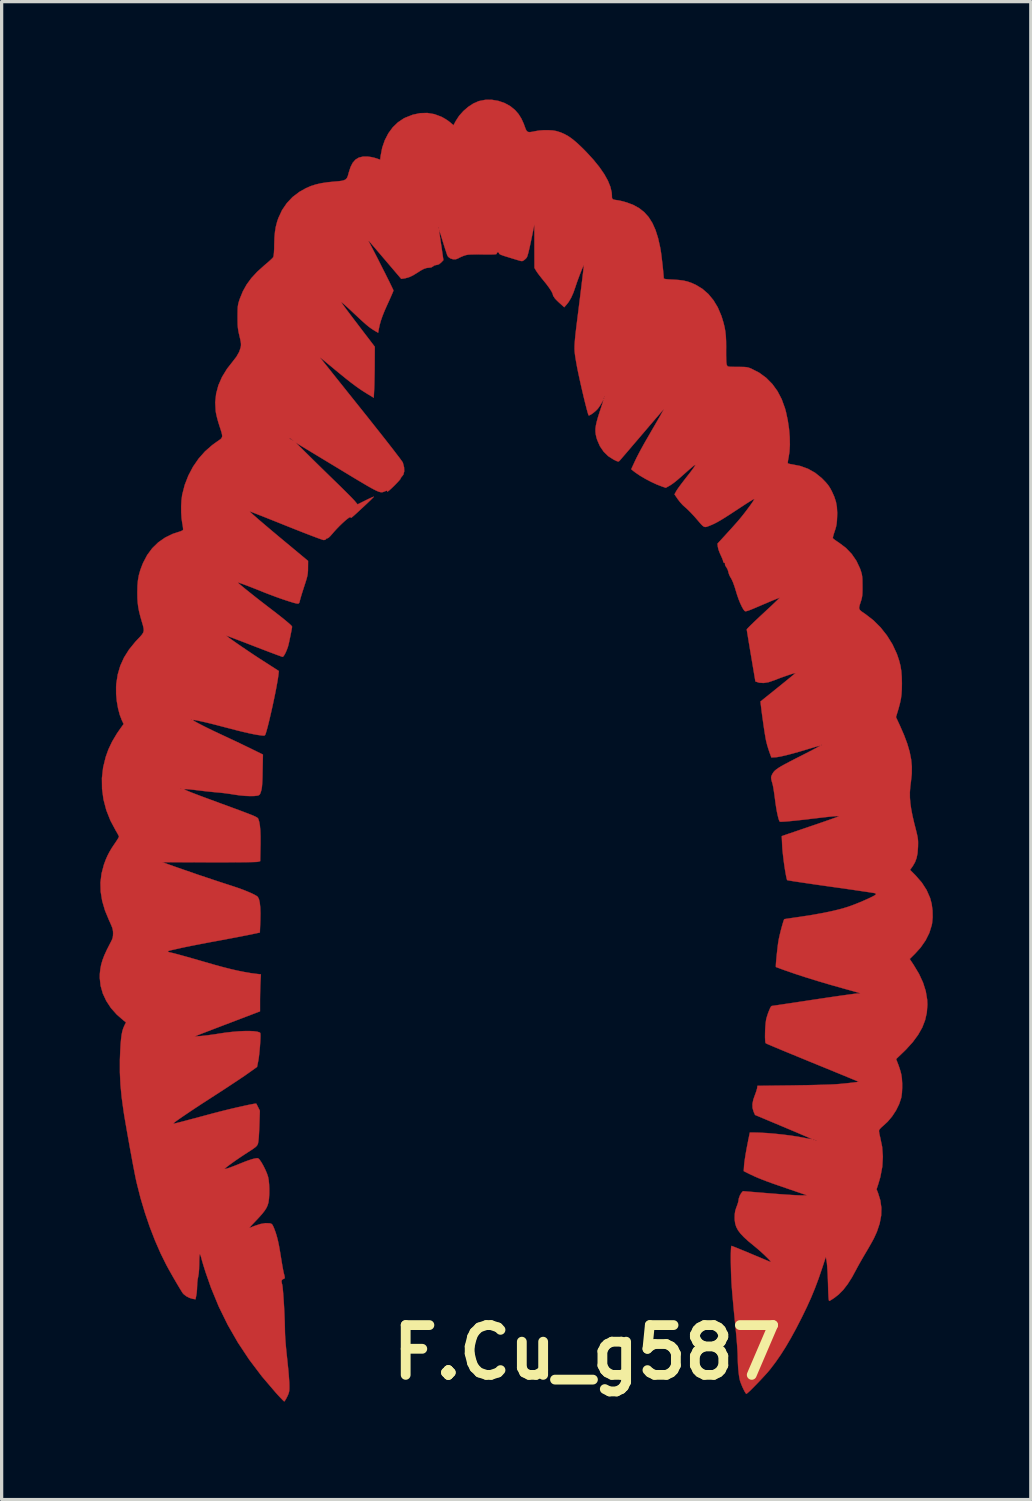
<source format=kicad_pcb>
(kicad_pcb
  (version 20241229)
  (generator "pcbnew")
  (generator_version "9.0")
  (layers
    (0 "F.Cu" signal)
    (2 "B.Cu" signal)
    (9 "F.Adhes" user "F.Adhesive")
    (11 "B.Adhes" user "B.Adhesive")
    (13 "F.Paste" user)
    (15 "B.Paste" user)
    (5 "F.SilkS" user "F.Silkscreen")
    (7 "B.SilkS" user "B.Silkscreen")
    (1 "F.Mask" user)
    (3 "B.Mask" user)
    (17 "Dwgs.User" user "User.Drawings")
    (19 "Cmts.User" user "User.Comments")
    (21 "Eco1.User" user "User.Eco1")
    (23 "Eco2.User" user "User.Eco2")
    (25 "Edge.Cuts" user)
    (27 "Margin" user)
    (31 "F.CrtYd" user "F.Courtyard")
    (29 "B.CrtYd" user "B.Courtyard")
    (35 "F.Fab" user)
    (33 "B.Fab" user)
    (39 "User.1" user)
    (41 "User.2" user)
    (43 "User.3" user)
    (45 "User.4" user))
  (footprint "F.Cu_g587"
    (layer "F.Cu")
    (at 14.923 38.356)
    (property "Reference" "F.Cu_g587" (at 0 0 0) (layer "F.SilkS") (effects (font (size 1.524 1.524) (thickness 0.3))))
    (attr through_hole)
    (fp_poly (pts (xy -2.716 -38.317) (xy -2.523 -38.251) (xy -2.347 -38.154) (xy -2.204 -38.037) (xy -2.097 -37.915) (xy -2.01 -37.776) (xy -1.935 -37.611) (xy -1.906 -37.529) (xy -1.875 -37.447) (xy -1.845 -37.394) (xy -1.806 -37.366) (xy -1.75 -37.36) (xy -1.667 -37.372) (xy -1.588 -37.389) (xy -1.465 -37.409) (xy -1.325 -37.42) (xy -1.18 -37.42) (xy -1.046 -37.412) (xy -0.938 -37.393) (xy -0.936 -37.392) (xy -0.807 -37.352) (xy -0.686 -37.299) (xy -0.565 -37.231) (xy -0.441 -37.143) (xy -0.308 -37.031) (xy -0.16 -36.892) (xy -0.02 -36.751) (xy 0.196 -36.516) (xy 0.379 -36.29) (xy 0.527 -36.075) (xy 0.64 -35.872) (xy 0.716 -35.684) (xy 0.756 -35.51) (xy 0.762 -35.422) (xy 0.763 -35.362) (xy 0.772 -35.325) (xy 0.796 -35.302) (xy 0.845 -35.288) (xy 0.925 -35.276) (xy 0.942 -35.274) (xy 1.015 -35.26) (xy 1.108 -35.238) (xy 1.205 -35.21) (xy 1.217 -35.207) (xy 1.422 -35.129) (xy 1.601 -35.029) (xy 1.756 -34.906) (xy 1.889 -34.756) (xy 2.002 -34.576) (xy 2.097 -34.364) (xy 2.175 -34.118) (xy 2.239 -33.834) (xy 2.254 -33.75) (xy 2.265 -33.679) (xy 2.278 -33.58) (xy 2.292 -33.463) (xy 2.307 -33.336) (xy 2.321 -33.209) (xy 2.333 -33.09) (xy 2.342 -32.989) (xy 2.348 -32.914) (xy 2.349 -32.882) (xy 2.365 -32.87) (xy 2.412 -32.86) (xy 2.496 -32.852) (xy 2.618 -32.845) (xy 2.63 -32.845) (xy 2.803 -32.834) (xy 2.946 -32.816) (xy 3.073 -32.787) (xy 3.196 -32.745) (xy 3.327 -32.686) (xy 3.334 -32.683) (xy 3.533 -32.562) (xy 3.713 -32.405) (xy 3.87 -32.216) (xy 4.003 -31.996) (xy 4.109 -31.748) (xy 4.134 -31.673) (xy 4.179 -31.524) (xy 4.212 -31.389) (xy 4.235 -31.258) (xy 4.25 -31.119) (xy 4.258 -30.964) (xy 4.26 -30.78) (xy 4.259 -30.702) (xy 4.259 -30.538) (xy 4.261 -30.412) (xy 4.265 -30.321) (xy 4.272 -30.26) (xy 4.282 -30.226) (xy 4.294 -30.205) (xy 4.309 -30.191) (xy 4.335 -30.181) (xy 4.379 -30.176) (xy 4.448 -30.174) (xy 4.548 -30.173) (xy 4.604 -30.173) (xy 4.726 -30.172) (xy 4.814 -30.17) (xy 4.881 -30.164) (xy 4.935 -30.153) (xy 4.986 -30.136) (xy 5.033 -30.117) (xy 5.273 -29.994) (xy 5.486 -29.838) (xy 5.672 -29.65) (xy 5.831 -29.431) (xy 5.961 -29.182) (xy 6.062 -28.903) (xy 6.093 -28.787) (xy 6.147 -28.532) (xy 6.185 -28.275) (xy 6.206 -28.023) (xy 6.211 -27.785) (xy 6.198 -27.57) (xy 6.172 -27.405) (xy 6.157 -27.326) (xy 6.148 -27.262) (xy 6.147 -27.225) (xy 6.148 -27.222) (xy 6.174 -27.209) (xy 6.228 -27.196) (xy 6.271 -27.189) (xy 6.531 -27.138) (xy 6.768 -27.052) (xy 6.984 -26.93) (xy 7.182 -26.771) (xy 7.219 -26.734) (xy 7.311 -26.639) (xy 7.38 -26.557) (xy 7.436 -26.474) (xy 7.489 -26.377) (xy 7.498 -26.359) (xy 7.572 -26.194) (xy 7.622 -26.04) (xy 7.65 -25.882) (xy 7.66 -25.706) (xy 7.657 -25.584) (xy 7.651 -25.459) (xy 7.641 -25.363) (xy 7.625 -25.279) (xy 7.6 -25.193) (xy 7.582 -25.139) (xy 7.554 -25.055) (xy 7.535 -24.985) (xy 7.526 -24.939) (xy 7.527 -24.928) (xy 7.548 -24.906) (xy 7.597 -24.869) (xy 7.666 -24.821) (xy 7.719 -24.786) (xy 7.928 -24.628) (xy 8.105 -24.443) (xy 8.249 -24.233) (xy 8.358 -24.001) (xy 8.376 -23.95) (xy 8.399 -23.879) (xy 8.415 -23.816) (xy 8.425 -23.751) (xy 8.431 -23.673) (xy 8.433 -23.572) (xy 8.434 -23.463) (xy 8.434 -23.336) (xy 8.431 -23.241) (xy 8.426 -23.167) (xy 8.415 -23.103) (xy 8.399 -23.038) (xy 8.375 -22.963) (xy 8.374 -22.96) (xy 8.346 -22.874) (xy 8.332 -22.812) (xy 8.334 -22.766) (xy 8.358 -22.726) (xy 8.407 -22.683) (xy 8.485 -22.629) (xy 8.527 -22.601) (xy 8.768 -22.414) (xy 8.989 -22.194) (xy 9.184 -21.947) (xy 9.351 -21.679) (xy 9.482 -21.397) (xy 9.502 -21.343) (xy 9.557 -21.178) (xy 9.597 -21.022) (xy 9.622 -20.863) (xy 9.636 -20.688) (xy 9.641 -20.485) (xy 9.641 -20.479) (xy 9.638 -20.303) (xy 9.629 -20.154) (xy 9.612 -20.018) (xy 9.583 -19.879) (xy 9.542 -19.724) (xy 9.513 -19.626) (xy 9.459 -19.45) (xy 9.579 -19.192) (xy 9.706 -18.902) (xy 9.805 -18.637) (xy 9.877 -18.392) (xy 9.923 -18.16) (xy 9.945 -17.936) (xy 9.943 -17.714) (xy 9.919 -17.488) (xy 9.919 -17.485) (xy 9.897 -17.313) (xy 9.885 -17.15) (xy 9.886 -16.988) (xy 9.899 -16.819) (xy 9.925 -16.637) (xy 9.964 -16.434) (xy 10.018 -16.201) (xy 10.045 -16.097) (xy 10.079 -15.961) (xy 10.104 -15.857) (xy 10.121 -15.775) (xy 10.131 -15.705) (xy 10.136 -15.639) (xy 10.136 -15.567) (xy 10.134 -15.478) (xy 10.133 -15.462) (xy 10.12 -15.285) (xy 10.091 -15.138) (xy 10.044 -15.01) (xy 9.975 -14.89) (xy 9.952 -14.857) (xy 9.89 -14.773) (xy 10.063 -14.599) (xy 10.25 -14.384) (xy 10.397 -14.156) (xy 10.504 -13.913) (xy 10.505 -13.911) (xy 10.553 -13.729) (xy 10.579 -13.527) (xy 10.583 -13.321) (xy 10.564 -13.127) (xy 10.553 -13.075) (xy 10.48 -12.841) (xy 10.366 -12.613) (xy 10.213 -12.393) (xy 10.048 -12.211) (xy 9.88 -12.044) (xy 10.001 -11.861) (xy 10.165 -11.588) (xy 10.288 -11.322) (xy 10.371 -11.061) (xy 10.414 -10.802) (xy 10.421 -10.647) (xy 10.404 -10.406) (xy 10.352 -10.173) (xy 10.264 -9.946) (xy 10.137 -9.722) (xy 9.972 -9.498) (xy 9.767 -9.272) (xy 9.685 -9.192) (xy 9.464 -8.98) (xy 9.528 -8.815) (xy 9.564 -8.714) (xy 9.597 -8.607) (xy 9.621 -8.515) (xy 9.622 -8.51) (xy 9.64 -8.389) (xy 9.649 -8.243) (xy 9.649 -8.09) (xy 9.642 -7.943) (xy 9.625 -7.818) (xy 9.619 -7.79) (xy 9.557 -7.602) (xy 9.463 -7.411) (xy 9.343 -7.227) (xy 9.205 -7.063) (xy 9.074 -6.943) (xy 9.013 -6.889) (xy 8.965 -6.839) (xy 8.942 -6.803) (xy 8.942 -6.802) (xy 8.941 -6.76) (xy 8.951 -6.692) (xy 8.969 -6.611) (xy 8.972 -6.601) (xy 9.035 -6.297) (xy 9.058 -5.992) (xy 9.04 -5.683) (xy 8.981 -5.369) (xy 8.919 -5.158) (xy 8.865 -4.993) (xy 8.909 -4.883) (xy 8.98 -4.655) (xy 9.013 -4.424) (xy 9.006 -4.188) (xy 8.96 -3.945) (xy 8.875 -3.691) (xy 8.784 -3.492) (xy 8.75 -3.428) (xy 8.699 -3.336) (xy 8.637 -3.227) (xy 8.569 -3.11) (xy 8.519 -3.026) (xy 8.449 -2.907) (xy 8.381 -2.789) (xy 8.32 -2.68) (xy 8.271 -2.591) (xy 8.247 -2.546) (xy 8.113 -2.298) (xy 7.98 -2.089) (xy 7.846 -1.915) (xy 7.707 -1.774) (xy 7.573 -1.669) (xy 7.508 -1.626) (xy 7.454 -1.592) (xy 7.422 -1.575) (xy 7.413 -1.578) (xy 7.405 -1.597) (xy 7.399 -1.637) (xy 7.394 -1.702) (xy 7.389 -1.796) (xy 7.384 -1.924) (xy 7.38 -2.089) (xy 7.375 -2.244) (xy 7.369 -2.395) (xy 7.361 -2.532) (xy 7.353 -2.648) (xy 7.345 -2.735) (xy 7.34 -2.77) (xy 7.313 -2.926) (xy 7.199 -2.579) (xy 7.09 -2.259) (xy 6.979 -1.963) (xy 6.86 -1.674) (xy 6.727 -1.381) (xy 6.575 -1.068) (xy 6.57 -1.058) (xy 6.4 -0.727) (xy 6.238 -0.431) (xy 6.082 -0.164) (xy 5.928 0.078) (xy 5.772 0.302) (xy 5.615 0.509) (xy 5.557 0.579) (xy 5.483 0.663) (xy 5.397 0.757) (xy 5.305 0.856) (xy 5.211 0.954) (xy 5.12 1.047) (xy 5.037 1.131) (xy 4.967 1.198) (xy 4.913 1.246) (xy 4.883 1.269) (xy 4.879 1.27) (xy 4.859 1.252) (xy 4.829 1.203) (xy 4.793 1.133) (xy 4.755 1.052) (xy 4.72 0.967) (xy 4.691 0.889) (xy 4.681 0.855) (xy 4.661 0.761) (xy 4.644 0.634) (xy 4.629 0.485) (xy 4.62 0.325) (xy 4.615 0.163) (xy 4.615 0.125) (xy 4.612 0.043) (xy 4.606 -0.073) (xy 4.596 -0.217) (xy 4.583 -0.382) (xy 4.567 -0.559) (xy 4.55 -0.741) (xy 4.541 -0.832) (xy 4.521 -1.026) (xy 4.501 -1.229) (xy 4.482 -1.432) (xy 4.465 -1.624) (xy 4.449 -1.796) (xy 4.438 -1.939) (xy 4.435 -1.973) (xy 4.425 -2.119) (xy 4.417 -2.276) (xy 4.411 -2.438) (xy 4.407 -2.599) (xy 4.404 -2.755) (xy 4.403 -2.899) (xy 4.404 -3.026) (xy 4.407 -3.131) (xy 4.412 -3.208) (xy 4.419 -3.252) (xy 4.424 -3.26) (xy 4.448 -3.252) (xy 4.506 -3.229) (xy 4.593 -3.195) (xy 4.702 -3.15) (xy 4.83 -3.098) (xy 4.969 -3.04) (xy 5.113 -2.979) (xy 5.248 -2.923) (xy 5.369 -2.872) (xy 5.468 -2.83) (xy 5.54 -2.8) (xy 5.577 -2.785) (xy 5.614 -2.771) (xy 5.631 -2.767) (xy 5.628 -2.779) (xy 5.601 -2.811) (xy 5.549 -2.866) (xy 5.503 -2.912) (xy 5.425 -2.988) (xy 5.325 -3.08) (xy 5.216 -3.175) (xy 5.11 -3.263) (xy 5.101 -3.27) (xy 4.935 -3.407) (xy 4.803 -3.528) (xy 4.7 -3.637) (xy 4.624 -3.738) (xy 4.571 -3.837) (xy 4.539 -3.938) (xy 4.523 -4.047) (xy 4.521 -4.128) (xy 4.525 -4.24) (xy 4.539 -4.331) (xy 4.567 -4.421) (xy 4.579 -4.453) (xy 4.607 -4.529) (xy 4.627 -4.593) (xy 4.636 -4.631) (xy 4.636 -4.633) (xy 4.648 -4.712) (xy 4.679 -4.799) (xy 4.719 -4.871) (xy 4.727 -4.88) (xy 4.774 -4.935) (xy 5.561 -4.87) (xy 5.749 -4.855) (xy 5.932 -4.841) (xy 6.103 -4.829) (xy 6.257 -4.819) (xy 6.387 -4.812) (xy 6.486 -4.807) (xy 6.545 -4.806) (xy 6.742 -4.807) (xy 6.107 -5.025) (xy 5.874 -5.105) (xy 5.676 -5.174) (xy 5.508 -5.235) (xy 5.365 -5.29) (xy 5.24 -5.34) (xy 5.129 -5.388) (xy 5.026 -5.436) (xy 4.948 -5.474) (xy 4.799 -5.549) (xy 4.81 -5.731) (xy 4.818 -5.811) (xy 4.834 -5.922) (xy 4.854 -6.053) (xy 4.879 -6.194) (xy 4.903 -6.322) (xy 4.937 -6.491) (xy 6.992 -6.491) (xy 6.995 -6.479) (xy 7.006 -6.477) (xy 7.024 -6.485) (xy 7.02 -6.491) (xy 6.995 -6.494) (xy 6.992 -6.491) (xy 4.937 -6.491) (xy 4.941 -6.512) (xy 6.929 -6.512) (xy 6.931 -6.5) (xy 6.943 -6.498) (xy 6.96 -6.506) (xy 6.957 -6.512) (xy 6.932 -6.515) (xy 6.929 -6.512) (xy 4.941 -6.512) (xy 4.985 -6.731) (xy 5.091 -6.731) (xy 5.284 -6.726) (xy 5.507 -6.714) (xy 5.747 -6.694) (xy 5.993 -6.668) (xy 6.233 -6.638) (xy 6.455 -6.604) (xy 6.634 -6.571) (xy 6.731 -6.552) (xy 6.812 -6.537) (xy 6.869 -6.528) (xy 6.893 -6.526) (xy 6.893 -6.526) (xy 6.875 -6.535) (xy 6.823 -6.559) (xy 6.739 -6.596) (xy 6.627 -6.644) (xy 6.492 -6.702) (xy 6.337 -6.768) (xy 6.166 -6.84) (xy 6.022 -6.901) (xy 5.145 -7.269) (xy 5.099 -7.375) (xy 5.068 -7.484) (xy 5.065 -7.603) (xy 5.092 -7.739) (xy 5.14 -7.875) (xy 5.171 -7.959) (xy 5.196 -8.036) (xy 5.21 -8.091) (xy 5.211 -8.098) (xy 5.218 -8.16) (xy 6.287 -8.173) (xy 6.507 -8.177) (xy 6.725 -8.18) (xy 6.934 -8.185) (xy 7.129 -8.19) (xy 7.303 -8.195) (xy 7.452 -8.2) (xy 7.571 -8.206) (xy 7.652 -8.211) (xy 7.785 -8.222) (xy 7.915 -8.235) (xy 8.038 -8.248) (xy 8.145 -8.26) (xy 8.231 -8.271) (xy 8.29 -8.28) (xy 8.314 -8.287) (xy 8.314 -8.288) (xy 8.294 -8.297) (xy 8.237 -8.32) (xy 8.148 -8.357) (xy 8.029 -8.406) (xy 7.884 -8.466) (xy 7.714 -8.536) (xy 7.524 -8.614) (xy 7.317 -8.699) (xy 7.096 -8.789) (xy 6.9 -8.869) (xy 6.669 -8.964) (xy 6.448 -9.055) (xy 6.242 -9.14) (xy 6.054 -9.217) (xy 5.886 -9.287) (xy 5.743 -9.347) (xy 5.627 -9.396) (xy 5.54 -9.433) (xy 5.488 -9.457) (xy 5.472 -9.465) (xy 5.461 -9.496) (xy 5.455 -9.561) (xy 5.451 -9.651) (xy 5.452 -9.758) (xy 5.455 -9.872) (xy 5.462 -9.985) (xy 5.471 -10.09) (xy 5.483 -10.176) (xy 5.49 -10.212) (xy 5.514 -10.295) (xy 5.543 -10.384) (xy 5.576 -10.468) (xy 5.607 -10.539) (xy 5.634 -10.588) (xy 5.651 -10.604) (xy 5.674 -10.608) (xy 5.736 -10.617) (xy 5.832 -10.631) (xy 5.958 -10.65) (xy 6.112 -10.673) (xy 6.289 -10.699) (xy 6.486 -10.729) (xy 6.699 -10.761) (xy 6.921 -10.795) (xy 7.15 -10.829) (xy 7.369 -10.862) (xy 7.574 -10.892) (xy 7.761 -10.919) (xy 7.926 -10.942) (xy 8.065 -10.961) (xy 8.174 -10.976) (xy 8.249 -10.985) (xy 8.285 -10.988) (xy 8.32 -10.988) (xy 8.347 -10.989) (xy 8.362 -10.991) (xy 8.36 -10.995) (xy 8.338 -11.004) (xy 8.292 -11.018) (xy 8.219 -11.039) (xy 8.115 -11.068) (xy 7.976 -11.107) (xy 7.874 -11.135) (xy 7.46 -11.252) (xy 7.068 -11.368) (xy 6.702 -11.481) (xy 6.368 -11.59) (xy 6.071 -11.693) (xy 6.022 -11.71) (xy 5.93 -11.744) (xy 5.855 -11.772) (xy 5.803 -11.791) (xy 5.784 -11.799) (xy 5.782 -11.823) (xy 5.784 -11.881) (xy 5.79 -11.965) (xy 5.8 -12.069) (xy 5.811 -12.184) (xy 5.824 -12.302) (xy 5.837 -12.417) (xy 5.85 -12.519) (xy 5.863 -12.602) (xy 5.864 -12.607) (xy 5.879 -12.686) (xy 5.901 -12.783) (xy 5.927 -12.889) (xy 5.955 -12.997) (xy 5.983 -13.096) (xy 6.008 -13.18) (xy 6.028 -13.239) (xy 6.04 -13.264) (xy 6.061 -13.267) (xy 6.118 -13.276) (xy 6.204 -13.289) (xy 6.315 -13.305) (xy 6.443 -13.324) (xy 6.509 -13.333) (xy 6.897 -13.393) (xy 7.244 -13.456) (xy 7.551 -13.521) (xy 7.817 -13.588) (xy 7.993 -13.642) (xy 8.098 -13.679) (xy 8.216 -13.724) (xy 8.34 -13.774) (xy 8.463 -13.826) (xy 8.58 -13.878) (xy 8.683 -13.926) (xy 8.766 -13.968) (xy 8.823 -14.001) (xy 8.847 -14.022) (xy 8.847 -14.022) (xy 8.837 -14.048) (xy 8.824 -14.057) (xy 8.798 -14.063) (xy 8.735 -14.073) (xy 8.636 -14.089) (xy 8.506 -14.108) (xy 8.349 -14.131) (xy 8.169 -14.158) (xy 7.968 -14.187) (xy 7.751 -14.218) (xy 7.521 -14.25) (xy 7.472 -14.257) (xy 7.24 -14.29) (xy 7.02 -14.321) (xy 6.817 -14.351) (xy 6.633 -14.378) (xy 6.472 -14.402) (xy 6.338 -14.422) (xy 6.234 -14.439) (xy 6.164 -14.451) (xy 6.132 -14.458) (xy 6.13 -14.459) (xy 6.118 -14.487) (xy 6.103 -14.552) (xy 6.085 -14.644) (xy 6.065 -14.758) (xy 6.045 -14.887) (xy 6.026 -15.024) (xy 6.009 -15.162) (xy 5.994 -15.294) (xy 5.982 -15.413) (xy 5.976 -15.513) (xy 5.976 -15.517) (xy 5.963 -15.805) (xy 6.035 -15.831) (xy 6.071 -15.843) (xy 6.142 -15.868) (xy 6.244 -15.902) (xy 6.37 -15.945) (xy 6.516 -15.995) (xy 6.678 -16.05) (xy 6.847 -16.108) (xy 7.019 -16.166) (xy 7.181 -16.222) (xy 7.327 -16.273) (xy 7.454 -16.317) (xy 7.555 -16.353) (xy 7.627 -16.379) (xy 7.662 -16.393) (xy 7.697 -16.409) (xy 7.709 -16.418) (xy 7.691 -16.421) (xy 7.641 -16.419) (xy 7.567 -16.414) (xy 7.497 -16.408) (xy 7.393 -16.397) (xy 7.264 -16.383) (xy 7.119 -16.366) (xy 6.966 -16.348) (xy 6.887 -16.339) (xy 6.703 -16.316) (xy 6.527 -16.297) (xy 6.363 -16.279) (xy 6.216 -16.265) (xy 6.092 -16.254) (xy 5.995 -16.248) (xy 5.93 -16.246) (xy 5.904 -16.248) (xy 5.886 -16.276) (xy 5.864 -16.339) (xy 5.841 -16.431) (xy 5.816 -16.546) (xy 5.793 -16.676) (xy 5.772 -16.815) (xy 5.758 -16.923) (xy 5.741 -17.052) (xy 5.723 -17.175) (xy 5.706 -17.283) (xy 5.69 -17.365) (xy 5.682 -17.399) (xy 5.655 -17.492) (xy 5.641 -17.556) (xy 5.637 -17.6) (xy 5.643 -17.637) (xy 5.659 -17.676) (xy 5.664 -17.686) (xy 5.687 -17.73) (xy 5.716 -17.771) (xy 5.752 -17.811) (xy 5.802 -17.852) (xy 5.868 -17.898) (xy 5.954 -17.95) (xy 6.064 -18.011) (xy 6.202 -18.084) (xy 6.372 -18.172) (xy 6.497 -18.235) (xy 6.65 -18.313) (xy 6.79 -18.385) (xy 6.913 -18.449) (xy 7.014 -18.502) (xy 7.089 -18.543) (xy 7.135 -18.569) (xy 7.147 -18.577) (xy 7.125 -18.574) (xy 7.07 -18.56) (xy 6.987 -18.537) (xy 6.884 -18.507) (xy 6.782 -18.476) (xy 6.521 -18.398) (xy 6.294 -18.334) (xy 6.102 -18.284) (xy 5.945 -18.248) (xy 5.825 -18.226) (xy 5.77 -18.221) (xy 5.645 -18.214) (xy 5.583 -18.383) (xy 5.547 -18.492) (xy 5.517 -18.595) (xy 7.176 -18.595) (xy 7.186 -18.584) (xy 7.197 -18.595) (xy 7.186 -18.605) (xy 7.176 -18.595) (xy 5.517 -18.595) (xy 5.511 -18.616) (xy 5.482 -18.729) (xy 5.482 -18.733) (xy 5.468 -18.805) (xy 5.45 -18.911) (xy 5.429 -19.043) (xy 5.407 -19.191) (xy 5.385 -19.347) (xy 5.363 -19.504) (xy 5.344 -19.651) (xy 5.328 -19.782) (xy 5.321 -19.844) (xy 5.312 -19.928) (xy 5.851 -20.362) (xy 5.98 -20.466) (xy 6.098 -20.562) (xy 6.201 -20.646) (xy 6.284 -20.714) (xy 6.345 -20.765) (xy 6.378 -20.795) (xy 6.384 -20.801) (xy 6.362 -20.798) (xy 6.307 -20.783) (xy 6.229 -20.758) (xy 6.134 -20.726) (xy 6.031 -20.69) (xy 5.926 -20.653) (xy 5.829 -20.616) (xy 5.746 -20.584) (xy 5.738 -20.58) (xy 5.562 -20.52) (xy 5.409 -20.495) (xy 5.278 -20.503) (xy 5.239 -20.514) (xy 5.156 -20.542) (xy 5.024 -21.325) (xy 4.994 -21.503) (xy 4.967 -21.667) (xy 4.942 -21.815) (xy 4.922 -21.94) (xy 4.906 -22.037) (xy 4.895 -22.103) (xy 4.891 -22.133) (xy 4.891 -22.134) (xy 4.906 -22.154) (xy 4.948 -22.198) (xy 5.014 -22.265) (xy 5.101 -22.349) (xy 5.204 -22.447) (xy 5.32 -22.556) (xy 5.398 -22.628) (xy 5.52 -22.742) (xy 5.632 -22.845) (xy 5.728 -22.936) (xy 5.806 -23.011) (xy 5.863 -23.066) (xy 5.894 -23.099) (xy 5.9 -23.106) (xy 5.879 -23.1) (xy 5.825 -23.079) (xy 5.742 -23.046) (xy 5.635 -23.002) (xy 5.511 -22.949) (xy 5.376 -22.892) (xy 5.22 -22.825) (xy 5.099 -22.774) (xy 5.007 -22.736) (xy 4.939 -22.711) (xy 4.892 -22.697) (xy 4.861 -22.691) (xy 4.84 -22.693) (xy 4.826 -22.701) (xy 4.824 -22.703) (xy 4.785 -22.753) (xy 4.74 -22.834) (xy 4.69 -22.94) (xy 4.641 -23.062) (xy 4.596 -23.191) (xy 4.573 -23.267) (xy 4.52 -23.44) (xy 4.471 -23.576) (xy 4.424 -23.679) (xy 4.384 -23.746) (xy 4.355 -23.804) (xy 4.332 -23.876) (xy 4.329 -23.893) (xy 4.307 -23.966) (xy 4.271 -24.033) (xy 4.263 -24.044) (xy 4.23 -24.096) (xy 4.224 -24.137) (xy 4.225 -24.139) (xy 4.223 -24.167) (xy 4.204 -24.172) (xy 4.176 -24.19) (xy 4.17 -24.215) (xy 4.161 -24.254) (xy 4.136 -24.317) (xy 4.102 -24.393) (xy 4.095 -24.408) (xy 4.056 -24.495) (xy 4.024 -24.584) (xy 4.008 -24.656) (xy 4.007 -24.659) (xy 3.995 -24.76) (xy 4.216 -25.001) (xy 4.31 -25.104) (xy 4.411 -25.215) (xy 4.507 -25.322) (xy 4.587 -25.412) (xy 4.598 -25.424) (xy 4.671 -25.51) (xy 4.75 -25.607) (xy 4.832 -25.711) (xy 4.911 -25.815) (xy 4.984 -25.913) (xy 5.046 -26) (xy 5.092 -26.069) (xy 5.118 -26.115) (xy 5.122 -26.129) (xy 5.107 -26.125) (xy 5.06 -26.099) (xy 4.981 -26.051) (xy 4.868 -25.98) (xy 4.723 -25.885) (xy 4.546 -25.769) (xy 4.369 -25.653) (xy 4.222 -25.559) (xy 4.1 -25.484) (xy 3.998 -25.425) (xy 3.91 -25.379) (xy 3.831 -25.342) (xy 3.799 -25.329) (xy 3.722 -25.298) (xy 3.665 -25.277) (xy 3.62 -25.27) (xy 3.58 -25.28) (xy 3.538 -25.31) (xy 3.487 -25.362) (xy 3.419 -25.441) (xy 3.358 -25.512) (xy 3.272 -25.61) (xy 3.183 -25.705) (xy 3.1 -25.789) (xy 3.033 -25.852) (xy 3.01 -25.871) (xy 2.93 -25.943) (xy 2.848 -26.034) (xy 2.782 -26.12) (xy 2.679 -26.27) (xy 2.727 -26.36) (xy 2.756 -26.407) (xy 2.805 -26.478) (xy 2.871 -26.568) (xy 2.948 -26.669) (xy 3.015 -26.756) (xy 3.095 -26.858) (xy 3.168 -26.952) (xy 3.228 -27.032) (xy 3.272 -27.092) (xy 3.292 -27.122) (xy 3.315 -27.162) (xy 3.314 -27.173) (xy 3.291 -27.162) (xy 3.289 -27.161) (xy 3.259 -27.139) (xy 3.206 -27.095) (xy 3.134 -27.034) (xy 3.05 -26.96) (xy 3.005 -26.92) (xy 2.88 -26.809) (xy 2.779 -26.721) (xy 2.697 -26.654) (xy 2.629 -26.602) (xy 2.569 -26.561) (xy 2.511 -26.526) (xy 2.502 -26.521) (xy 2.412 -26.471) (xy 2.293 -26.512) (xy 2.135 -26.573) (xy 1.963 -26.653) (xy 1.789 -26.744) (xy 1.626 -26.84) (xy 1.484 -26.936) (xy 1.412 -26.991) (xy 1.354 -27.04) (xy 1.47 -27.291) (xy 1.519 -27.393) (xy 1.585 -27.521) (xy 1.659 -27.66) (xy 1.737 -27.801) (xy 1.796 -27.905) (xy 1.878 -28.046) (xy 1.968 -28.203) (xy 2.06 -28.361) (xy 2.144 -28.506) (xy 2.19 -28.586) (xy 2.248 -28.686) (xy 2.294 -28.77) (xy 2.328 -28.832) (xy 2.345 -28.867) (xy 2.344 -28.871) (xy 2.324 -28.849) (xy 2.28 -28.798) (xy 2.214 -28.721) (xy 2.129 -28.623) (xy 2.028 -28.505) (xy 1.914 -28.372) (xy 1.79 -28.226) (xy 1.672 -28.088) (xy 1.541 -27.934) (xy 1.417 -27.79) (xy 1.304 -27.657) (xy 1.204 -27.54) (xy 1.12 -27.443) (xy 1.056 -27.368) (xy 1.013 -27.318) (xy 0.996 -27.299) (xy 0.976 -27.281) (xy 0.954 -27.276) (xy 0.919 -27.285) (xy 0.862 -27.311) (xy 0.812 -27.336) (xy 0.648 -27.441) (xy 0.508 -27.579) (xy 0.394 -27.747) (xy 0.311 -27.939) (xy 0.287 -28.019) (xy 0.268 -28.106) (xy 0.259 -28.191) (xy 0.259 -28.279) (xy 0.272 -28.378) (xy 0.297 -28.492) (xy 0.335 -28.63) (xy 0.388 -28.797) (xy 0.423 -28.902) (xy 0.454 -28.997) (xy 0.48 -29.077) (xy 0.496 -29.134) (xy 0.502 -29.159) (xy 0.502 -29.16) (xy 0.49 -29.145) (xy 0.465 -29.103) (xy 0.437 -29.051) (xy 0.389 -28.973) (xy 0.334 -28.896) (xy 0.303 -28.861) (xy 0.245 -28.807) (xy 0.182 -28.756) (xy 0.122 -28.715) (xy 0.075 -28.69) (xy 0.051 -28.687) (xy 0.05 -28.687) (xy 0.039 -28.714) (xy 0.02 -28.777) (xy -0.006 -28.87) (xy -0.036 -28.988) (xy -0.071 -29.126) (xy -0.091 -29.21) (xy 0.508 -29.21) (xy 0.516 -29.193) (xy 0.522 -29.196) (xy 0.525 -29.221) (xy 0.522 -29.224) (xy 0.51 -29.221) (xy 0.508 -29.21) (xy -0.091 -29.21) (xy -0.104 -29.263) (xy 0.529 -29.263) (xy 0.54 -29.252) (xy 0.55 -29.263) (xy 0.54 -29.273) (xy 0.529 -29.263) (xy -0.104 -29.263) (xy -0.107 -29.277) (xy -0.145 -29.437) (xy -0.182 -29.599) (xy -0.218 -29.759) (xy -0.251 -29.911) (xy -0.28 -30.048) (xy -0.304 -30.167) (xy -0.316 -30.235) (xy -0.335 -30.34) (xy -0.35 -30.43) (xy -0.363 -30.51) (xy -0.372 -30.584) (xy -0.379 -30.657) (xy -0.382 -30.731) (xy -0.381 -30.813) (xy -0.376 -30.905) (xy -0.368 -31.011) (xy -0.356 -31.137) (xy -0.339 -31.287) (xy -0.318 -31.463) (xy -0.292 -31.672) (xy -0.261 -31.916) (xy -0.245 -32.046) (xy -0.217 -32.27) (xy -0.191 -32.481) (xy -0.167 -32.676) (xy -0.146 -32.85) (xy -0.128 -33.001) (xy -0.113 -33.124) (xy -0.103 -33.215) (xy -0.096 -33.272) (xy -0.095 -33.29) (xy -0.105 -33.276) (xy -0.127 -33.23) (xy -0.158 -33.158) (xy -0.194 -33.068) (xy -0.233 -32.967) (xy -0.272 -32.862) (xy -0.309 -32.76) (xy -0.34 -32.669) (xy -0.349 -32.64) (xy -0.416 -32.447) (xy -0.486 -32.29) (xy -0.561 -32.163) (xy -0.625 -32.081) (xy -0.697 -31.999) (xy -0.856 -32.142) (xy -0.921 -32.204) (xy -0.971 -32.256) (xy -1 -32.292) (xy -1.004 -32.303) (xy -1.008 -32.32) (xy -1.015 -32.322) (xy -1.035 -32.339) (xy -1.037 -32.354) (xy -1.052 -32.412) (xy -1.094 -32.496) (xy -1.162 -32.599) (xy -1.251 -32.719) (xy -1.32 -32.803) (xy -1.393 -32.893) (xy -1.461 -32.98) (xy -1.517 -33.056) (xy -1.553 -33.109) (xy -1.554 -33.111) (xy -1.609 -33.204) (xy -1.611 -33.869) (xy -1.612 -34.533) (xy -1.683 -34.184) (xy -1.726 -33.977) (xy -1.763 -33.81) (xy -1.793 -33.682) (xy -1.818 -33.591) (xy -1.838 -33.535) (xy -1.843 -33.526) (xy -1.873 -33.488) (xy -1.921 -33.447) (xy -1.924 -33.445) (xy -1.958 -33.422) (xy -1.987 -33.412) (xy -2.025 -33.415) (xy -2.083 -33.431) (xy -2.12 -33.442) (xy -2.286 -33.492) (xy -2.415 -33.532) (xy -2.513 -33.562) (xy -2.584 -33.586) (xy -2.633 -33.604) (xy -2.664 -33.619) (xy -2.682 -33.631) (xy -2.69 -33.643) (xy -2.694 -33.655) (xy -2.715 -33.686) (xy -2.74 -33.684) (xy -2.765 -33.659) (xy -2.764 -33.641) (xy -2.766 -33.631) (xy -2.784 -33.624) (xy -2.822 -33.619) (xy -2.886 -33.616) (xy -2.98 -33.615) (xy -3.108 -33.615) (xy -3.202 -33.616) (xy -3.354 -33.617) (xy -3.471 -33.616) (xy -3.559 -33.614) (xy -3.626 -33.61) (xy -3.678 -33.602) (xy -3.722 -33.592) (xy -3.766 -33.577) (xy -3.773 -33.575) (xy -3.847 -33.545) (xy -3.911 -33.515) (xy -3.942 -33.497) (xy -4.016 -33.468) (xy -4.101 -33.468) (xy -4.184 -33.494) (xy -4.249 -33.542) (xy -4.271 -33.574) (xy -4.285 -33.609) (xy -4.308 -33.678) (xy -4.339 -33.772) (xy -4.375 -33.885) (xy -4.412 -34.004) (xy -4.448 -34.122) (xy -4.479 -34.222) (xy -4.505 -34.3) (xy -4.522 -34.35) (xy -4.529 -34.364) (xy -4.529 -34.364) (xy -4.526 -34.338) (xy -4.518 -34.276) (xy -4.506 -34.185) (xy -4.49 -34.072) (xy -4.471 -33.942) (xy -4.463 -33.892) (xy -4.397 -33.441) (xy -4.467 -33.368) (xy -4.53 -33.316) (xy -4.59 -33.296) (xy -4.605 -33.295) (xy -4.672 -33.28) (xy -4.71 -33.253) (xy -4.769 -33.218) (xy -4.83 -33.211) (xy -4.909 -33.202) (xy -4.991 -33.176) (xy -5.085 -33.127) (xy -5.186 -33.062) (xy -5.326 -32.976) (xy -5.449 -32.919) (xy -5.566 -32.886) (xy -5.59 -32.882) (xy -5.688 -32.868) (xy -6.162 -33.425) (xy -6.301 -33.588) (xy -6.415 -33.722) (xy -6.506 -33.829) (xy -6.576 -33.91) (xy -6.627 -33.969) (xy -6.662 -34.007) (xy -6.682 -34.027) (xy -6.69 -34.032) (xy -6.688 -34.023) (xy -6.679 -34.003) (xy -6.664 -33.975) (xy -6.651 -33.951) (xy -6.603 -33.86) (xy -6.544 -33.747) (xy -6.477 -33.618) (xy -6.405 -33.478) (xy -6.331 -33.331) (xy -6.256 -33.182) (xy -6.182 -33.037) (xy -6.114 -32.9) (xy -6.052 -32.777) (xy -6.001 -32.671) (xy -5.961 -32.588) (xy -5.935 -32.534) (xy -5.927 -32.513) (xy -5.935 -32.486) (xy -5.959 -32.428) (xy -5.995 -32.344) (xy -6.042 -32.239) (xy -6.095 -32.121) (xy -6.109 -32.092) (xy -6.195 -31.899) (xy -6.262 -31.732) (xy -6.313 -31.585) (xy -6.351 -31.448) (xy -6.379 -31.312) (xy -6.381 -31.299) (xy -6.395 -31.218) (xy -6.494 -31.276) (xy -6.559 -31.316) (xy -6.623 -31.359) (xy -6.69 -31.409) (xy -6.766 -31.472) (xy -6.855 -31.551) (xy -6.964 -31.65) (xy -7.095 -31.773) (xy -7.14 -31.815) (xy -7.242 -31.911) (xy -7.334 -31.996) (xy -7.413 -32.066) (xy -7.472 -32.118) (xy -7.509 -32.147) (xy -7.517 -32.152) (xy -7.519 -32.149) (xy -7.514 -32.137) (xy -7.5 -32.115) (xy -7.476 -32.08) (xy -7.439 -32.029) (xy -7.389 -31.961) (xy -7.323 -31.873) (xy -7.24 -31.763) (xy -7.138 -31.628) (xy -7.015 -31.467) (xy -6.87 -31.276) (xy -6.715 -31.074) (xy -6.498 -30.789) (xy -6.501 -30.259) (xy -6.502 -30.095) (xy -6.505 -29.93) (xy -6.508 -29.773) (xy -6.511 -29.634) (xy -6.515 -29.522) (xy -6.517 -29.479) (xy -6.53 -29.229) (xy -6.71 -29.337) (xy -6.832 -29.413) (xy -6.955 -29.494) (xy -7.083 -29.585) (xy -7.222 -29.689) (xy -7.378 -29.811) (xy -7.556 -29.956) (xy -7.677 -30.055) (xy -7.819 -30.173) (xy -7.932 -30.266) (xy -8.018 -30.338) (xy -8.082 -30.39) (xy -8.125 -30.425) (xy -8.152 -30.446) (xy -8.166 -30.455) (xy -8.169 -30.455) (xy -8.165 -30.448) (xy -8.157 -30.438) (xy -8.141 -30.417) (xy -8.1 -30.365) (xy -8.037 -30.285) (xy -7.952 -30.18) (xy -7.849 -30.05) (xy -7.729 -29.899) (xy -7.593 -29.729) (xy -7.444 -29.543) (xy -7.284 -29.342) (xy -7.114 -29.13) (xy -6.937 -28.908) (xy -6.899 -28.861) (xy -6.706 -28.619) (xy -6.524 -28.389) (xy -6.354 -28.175) (xy -6.198 -27.977) (xy -6.058 -27.798) (xy -5.935 -27.64) (xy -5.832 -27.505) (xy -5.748 -27.396) (xy -5.687 -27.313) (xy -5.65 -27.26) (xy -5.638 -27.239) (xy -5.601 -27.096) (xy -5.597 -26.973) (xy -5.624 -26.872) (xy -5.682 -26.798) (xy -5.705 -26.77) (xy -5.705 -26.756) (xy -5.716 -26.737) (xy -5.752 -26.693) (xy -5.808 -26.632) (xy -5.879 -26.559) (xy -5.907 -26.531) (xy -5.991 -26.45) (xy -6.056 -26.392) (xy -6.099 -26.359) (xy -6.117 -26.355) (xy -6.117 -26.357) (xy -6.121 -26.379) (xy -6.14 -26.381) (xy -6.186 -26.364) (xy -6.191 -26.362) (xy -6.22 -26.35) (xy -6.248 -26.34) (xy -6.276 -26.335) (xy -6.307 -26.335) (xy -6.345 -26.343) (xy -6.391 -26.358) (xy -6.45 -26.383) (xy -6.522 -26.419) (xy -6.611 -26.467) (xy -6.721 -26.529) (xy -6.853 -26.607) (xy -7.01 -26.7) (xy -7.195 -26.811) (xy -7.411 -26.942) (xy -7.66 -27.093) (xy -7.662 -27.094) (xy -8.922 -27.856) (xy -8.519 -27.459) (xy -8.39 -27.331) (xy -8.239 -27.183) (xy -8.078 -27.025) (xy -7.915 -26.866) (xy -7.76 -26.715) (xy -7.659 -26.617) (xy -7.539 -26.5) (xy -7.425 -26.387) (xy -7.321 -26.283) (xy -7.232 -26.194) (xy -7.163 -26.122) (xy -7.119 -26.075) (xy -7.113 -26.068) (xy -7.025 -25.963) (xy -6.78 -26.085) (xy -6.688 -26.13) (xy -6.611 -26.166) (xy -6.555 -26.19) (xy -6.528 -26.198) (xy -6.527 -26.198) (xy -6.54 -26.182) (xy -6.578 -26.143) (xy -6.637 -26.085) (xy -6.711 -26.014) (xy -6.796 -25.934) (xy -6.885 -25.851) (xy -6.974 -25.769) (xy -7.056 -25.693) (xy -7.127 -25.629) (xy -7.182 -25.582) (xy -7.214 -25.555) (xy -7.22 -25.552) (xy -7.238 -25.561) (xy -7.239 -25.569) (xy -7.253 -25.575) (xy -7.29 -25.555) (xy -7.347 -25.513) (xy -7.418 -25.453) (xy -7.499 -25.379) (xy -7.584 -25.297) (xy -7.668 -25.21) (xy -7.748 -25.122) (xy -7.8 -25.061) (xy -7.86 -24.993) (xy -7.909 -24.946) (xy -7.941 -24.926) (xy -7.947 -24.926) (xy -7.977 -24.919) (xy -7.987 -24.904) (xy -8.017 -24.879) (xy -8.06 -24.871) (xy -8.091 -24.879) (xy -8.157 -24.901) (xy -8.255 -24.936) (xy -8.38 -24.983) (xy -8.529 -25.04) (xy -8.699 -25.106) (xy -8.885 -25.179) (xy -9.083 -25.258) (xy -9.197 -25.303) (xy -9.4 -25.385) (xy -9.593 -25.462) (xy -9.771 -25.533) (xy -9.931 -25.597) (xy -10.07 -25.651) (xy -10.182 -25.695) (xy -10.265 -25.727) (xy -10.315 -25.745) (xy -10.326 -25.749) (xy -10.321 -25.739) (xy -10.285 -25.704) (xy -10.222 -25.646) (xy -10.134 -25.569) (xy -10.025 -25.474) (xy -9.896 -25.364) (xy -9.751 -25.241) (xy -9.592 -25.107) (xy -9.461 -24.997) (xy -8.541 -24.232) (xy -8.543 -24.017) (xy -8.544 -23.936) (xy -8.549 -23.868) (xy -8.558 -23.803) (xy -8.573 -23.733) (xy -8.597 -23.647) (xy -8.632 -23.537) (xy -8.663 -23.442) (xy -8.702 -23.32) (xy -8.738 -23.206) (xy -8.767 -23.109) (xy -8.787 -23.037) (xy -8.795 -23.003) (xy -8.81 -22.949) (xy -8.834 -22.927) (xy -8.859 -22.924) (xy -8.906 -22.931) (xy -8.987 -22.952) (xy -9.095 -22.985) (xy -9.225 -23.027) (xy -9.37 -23.076) (xy -9.524 -23.131) (xy -9.681 -23.19) (xy -9.836 -23.249) (xy -9.906 -23.277) (xy -10.077 -23.346) (xy -10.235 -23.408) (xy -10.376 -23.463) (xy -10.496 -23.508) (xy -10.59 -23.542) (xy -10.655 -23.564) (xy -10.687 -23.571) (xy -10.689 -23.57) (xy -10.673 -23.552) (xy -10.627 -23.511) (xy -10.556 -23.451) (xy -10.464 -23.375) (xy -10.354 -23.287) (xy -10.231 -23.189) (xy -10.099 -23.084) (xy -9.961 -22.977) (xy -9.823 -22.871) (xy -9.79 -22.845) (xy -9.586 -22.689) (xy -9.415 -22.556) (xy -9.277 -22.446) (xy -9.171 -22.358) (xy -9.095 -22.292) (xy -9.048 -22.246) (xy -9.031 -22.219) (xy -9.03 -22.216) (xy -9.04 -22.154) (xy -9.057 -22.063) (xy -9.078 -21.957) (xy -9.101 -21.846) (xy -9.123 -21.742) (xy -9.143 -21.656) (xy -9.158 -21.601) (xy -9.158 -21.601) (xy -9.192 -21.508) (xy -9.229 -21.422) (xy -9.267 -21.352) (xy -9.299 -21.307) (xy -9.319 -21.294) (xy -9.344 -21.301) (xy -9.404 -21.323) (xy -9.495 -21.356) (xy -9.612 -21.4) (xy -9.753 -21.453) (xy -9.912 -21.514) (xy -10.085 -21.58) (xy -10.191 -21.621) (xy -10.369 -21.69) (xy -10.535 -21.754) (xy -10.684 -21.811) (xy -10.813 -21.86) (xy -10.917 -21.899) (xy -10.991 -21.927) (xy -11.033 -21.942) (xy -11.041 -21.944) (xy -11.027 -21.929) (xy -10.983 -21.894) (xy -10.912 -21.842) (xy -10.818 -21.776) (xy -10.707 -21.698) (xy -10.582 -21.612) (xy -10.448 -21.521) (xy -10.308 -21.427) (xy -10.169 -21.334) (xy -10.033 -21.245) (xy -9.941 -21.186) (xy -9.436 -20.861) (xy -9.45 -20.734) (xy -9.464 -20.633) (xy -9.486 -20.502) (xy -9.514 -20.347) (xy -9.548 -20.174) (xy -9.586 -19.99) (xy -9.626 -19.802) (xy -9.668 -19.615) (xy -9.709 -19.437) (xy -9.748 -19.274) (xy -9.784 -19.132) (xy -9.816 -19.017) (xy -9.841 -18.938) (xy -9.844 -18.93) (xy -9.858 -18.9) (xy -9.879 -18.885) (xy -9.918 -18.884) (xy -9.986 -18.891) (xy -10.094 -18.906) (xy -10.219 -18.929) (xy -10.366 -18.96) (xy -10.538 -19) (xy -10.741 -19.05) (xy -10.978 -19.112) (xy -11.06 -19.133) (xy -11.301 -19.196) (xy -11.512 -19.25) (xy -11.693 -19.294) (xy -11.841 -19.327) (xy -11.954 -19.351) (xy -12.03 -19.363) (xy -12.067 -19.363) (xy -12.067 -19.363) (xy -12.06 -19.351) (xy -12.017 -19.323) (xy -11.942 -19.281) (xy -11.838 -19.226) (xy -11.709 -19.16) (xy -11.557 -19.085) (xy -11.385 -19.002) (xy -11.197 -18.914) (xy -11.081 -18.86) (xy -10.924 -18.786) (xy -10.754 -18.707) (xy -10.585 -18.626) (xy -10.428 -18.55) (xy -10.294 -18.486) (xy -10.269 -18.473) (xy -9.923 -18.303) (xy -9.933 -17.803) (xy -9.936 -17.632) (xy -9.941 -17.497) (xy -9.947 -17.392) (xy -9.954 -17.31) (xy -9.964 -17.247) (xy -9.976 -17.196) (xy -9.98 -17.182) (xy -10.003 -17.114) (xy -10.025 -17.075) (xy -10.055 -17.056) (xy -10.094 -17.045) (xy -10.191 -17.034) (xy -10.319 -17.032) (xy -10.468 -17.038) (xy -10.627 -17.053) (xy -10.786 -17.075) (xy -10.808 -17.079) (xy -10.942 -17.1) (xy -11.095 -17.121) (xy -11.245 -17.138) (xy -11.325 -17.145) (xy -11.446 -17.156) (xy -11.591 -17.171) (xy -11.746 -17.188) (xy -11.892 -17.206) (xy -11.922 -17.21) (xy -12.043 -17.224) (xy -12.153 -17.236) (xy -12.245 -17.244) (xy -12.309 -17.247) (xy -12.328 -17.247) (xy -12.335 -17.242) (xy -12.319 -17.23) (xy -12.279 -17.21) (xy -12.213 -17.182) (xy -12.119 -17.144) (xy -11.994 -17.096) (xy -11.837 -17.036) (xy -11.645 -16.965) (xy -11.417 -16.881) (xy -11.245 -16.817) (xy -11.001 -16.728) (xy -10.794 -16.652) (xy -10.621 -16.588) (xy -10.479 -16.534) (xy -10.363 -16.49) (xy -10.273 -16.455) (xy -10.203 -16.426) (xy -10.152 -16.402) (xy -10.116 -16.383) (xy -10.092 -16.367) (xy -10.077 -16.353) (xy -10.068 -16.339) (xy -10.064 -16.33) (xy -10.036 -16.241) (xy -10.016 -16.124) (xy -10.002 -15.974) (xy -9.996 -15.79) (xy -9.996 -15.568) (xy -9.998 -15.49) (xy -10.007 -15.039) (xy -10.078 -15.02) (xy -10.112 -15.016) (xy -10.185 -15.013) (xy -10.294 -15.01) (xy -10.436 -15.008) (xy -10.607 -15.006) (xy -10.805 -15.005) (xy -11.026 -15.004) (xy -11.266 -15.004) (xy -11.524 -15.004) (xy -11.578 -15.004) (xy -13.007 -15.008) (xy -12.52 -14.836) (xy -11.891 -14.618) (xy -11.271 -14.411) (xy -10.858 -14.277) (xy -10.696 -14.223) (xy -10.54 -14.167) (xy -10.398 -14.11) (xy -10.274 -14.057) (xy -10.175 -14.008) (xy -10.107 -13.968) (xy -10.08 -13.944) (xy -10.045 -13.876) (xy -10.02 -13.768) (xy -10.004 -13.622) (xy -9.998 -13.44) (xy -10.002 -13.227) (xy -10.017 -12.854) (xy -10.284 -12.797) (xy -10.368 -12.78) (xy -10.486 -12.757) (xy -10.633 -12.728) (xy -10.8 -12.696) (xy -10.983 -12.662) (xy -11.173 -12.626) (xy -11.349 -12.593) (xy -11.541 -12.558) (xy -11.733 -12.521) (xy -11.916 -12.486) (xy -12.085 -12.453) (xy -12.233 -12.423) (xy -12.351 -12.399) (xy -12.428 -12.382) (xy -12.537 -12.357) (xy -12.636 -12.335) (xy -12.715 -12.317) (xy -12.764 -12.306) (xy -12.769 -12.305) (xy -12.823 -12.288) (xy -12.834 -12.27) (xy -12.803 -12.254) (xy -12.769 -12.245) (xy -12.699 -12.23) (xy -12.59 -12.202) (xy -12.442 -12.162) (xy -12.255 -12.11) (xy -12.029 -12.046) (xy -11.766 -11.97) (xy -11.705 -11.952) (xy -11.406 -11.866) (xy -11.142 -11.794) (xy -10.905 -11.734) (xy -10.692 -11.685) (xy -10.497 -11.646) (xy -10.313 -11.614) (xy -10.135 -11.59) (xy -10.109 -11.587) (xy -9.985 -11.573) (xy -9.998 -11.337) (xy -10.003 -11.227) (xy -10.007 -11.089) (xy -10.01 -10.942) (xy -10.012 -10.799) (xy -10.012 -10.772) (xy -10.012 -10.441) (xy -10.917 -10.096) (xy -11.106 -10.024) (xy -11.286 -9.955) (xy -11.452 -9.892) (xy -11.6 -9.835) (xy -11.725 -9.787) (xy -11.824 -9.749) (xy -11.89 -9.723) (xy -11.917 -9.712) (xy -12.012 -9.672) (xy -11.822 -9.685) (xy -11.736 -9.694) (xy -11.62 -9.707) (xy -11.485 -9.726) (xy -11.344 -9.746) (xy -11.25 -9.762) (xy -11.051 -9.791) (xy -10.855 -9.813) (xy -10.667 -9.829) (xy -10.492 -9.837) (xy -10.336 -9.838) (xy -10.203 -9.832) (xy -10.099 -9.818) (xy -10.029 -9.797) (xy -10.006 -9.781) (xy -10 -9.753) (xy -9.998 -9.691) (xy -10 -9.601) (xy -10.006 -9.493) (xy -10.014 -9.373) (xy -10.025 -9.25) (xy -10.037 -9.13) (xy -10.05 -9.022) (xy -10.064 -8.934) (xy -10.068 -8.915) (xy -10.103 -8.739) (xy -10.391 -8.534) (xy -10.477 -8.474) (xy -10.592 -8.396) (xy -10.731 -8.303) (xy -10.886 -8.201) (xy -11.051 -8.092) (xy -11.221 -7.981) (xy -11.367 -7.887) (xy -11.571 -7.755) (xy -11.768 -7.628) (xy -11.952 -7.507) (xy -12.121 -7.395) (xy -12.272 -7.293) (xy -12.402 -7.205) (xy -12.508 -7.131) (xy -12.587 -7.075) (xy -12.635 -7.038) (xy -12.649 -7.024) (xy -12.654 -7.017) (xy -12.658 -7.011) (xy -12.658 -7.007) (xy -12.65 -7.005) (xy -12.633 -7.007) (xy -12.603 -7.013) (xy -12.556 -7.024) (xy -12.491 -7.04) (xy -12.403 -7.063) (xy -12.291 -7.092) (xy -12.151 -7.13) (xy -11.98 -7.175) (xy -11.775 -7.23) (xy -11.533 -7.295) (xy -11.43 -7.323) (xy -11.286 -7.36) (xy -11.132 -7.399) (xy -10.971 -7.439) (xy -10.811 -7.477) (xy -10.655 -7.513) (xy -10.51 -7.545) (xy -10.381 -7.573) (xy -10.272 -7.595) (xy -10.191 -7.61) (xy -10.141 -7.616) (xy -10.128 -7.615) (xy -10.116 -7.595) (xy -10.092 -7.548) (xy -10.07 -7.504) (xy -10.017 -7.398) (xy -10.033 -6.932) (xy -10.041 -6.741) (xy -10.05 -6.588) (xy -10.061 -6.474) (xy -10.073 -6.401) (xy -10.078 -6.385) (xy -10.093 -6.35) (xy -10.117 -6.317) (xy -10.155 -6.281) (xy -10.214 -6.238) (xy -10.298 -6.181) (xy -10.372 -6.134) (xy -10.496 -6.053) (xy -10.621 -5.97) (xy -10.74 -5.889) (xy -10.849 -5.812) (xy -10.944 -5.743) (xy -11.02 -5.686) (xy -11.072 -5.643) (xy -11.095 -5.618) (xy -11.095 -5.614) (xy -11.061 -5.618) (xy -10.992 -5.638) (xy -10.89 -5.674) (xy -10.758 -5.724) (xy -10.599 -5.788) (xy -10.55 -5.808) (xy -10.444 -5.85) (xy -10.339 -5.887) (xy -10.248 -5.916) (xy -10.194 -5.93) (xy -10.125 -5.943) (xy -10.084 -5.944) (xy -10.056 -5.931) (xy -10.028 -5.901) (xy -10.021 -5.893) (xy -9.967 -5.815) (xy -9.908 -5.71) (xy -9.85 -5.593) (xy -9.8 -5.477) (xy -9.766 -5.376) (xy -9.747 -5.276) (xy -9.734 -5.147) (xy -9.728 -5.002) (xy -9.729 -4.854) (xy -9.737 -4.716) (xy -9.752 -4.601) (xy -9.756 -4.583) (xy -9.779 -4.504) (xy -9.814 -4.426) (xy -9.866 -4.343) (xy -9.938 -4.25) (xy -10.035 -4.14) (xy -10.144 -4.024) (xy -10.217 -3.947) (xy -10.278 -3.883) (xy -10.32 -3.836) (xy -10.34 -3.812) (xy -10.34 -3.81) (xy -10.317 -3.817) (xy -10.265 -3.837) (xy -10.193 -3.865) (xy -10.166 -3.875) (xy -9.997 -3.93) (xy -9.845 -3.956) (xy -9.714 -3.951) (xy -9.71 -3.95) (xy -9.673 -3.94) (xy -9.646 -3.923) (xy -9.622 -3.888) (xy -9.594 -3.828) (xy -9.57 -3.769) (xy -9.53 -3.659) (xy -9.495 -3.542) (xy -9.462 -3.411) (xy -9.43 -3.258) (xy -9.398 -3.075) (xy -9.368 -2.889) (xy -9.347 -2.761) (xy -9.326 -2.638) (xy -9.306 -2.53) (xy -9.29 -2.448) (xy -9.281 -2.413) (xy -9.262 -2.337) (xy -9.254 -2.292) (xy -9.259 -2.267) (xy -9.278 -2.253) (xy -9.303 -2.244) (xy -9.34 -2.22) (xy -9.354 -2.181) (xy -9.345 -2.118) (xy -9.333 -2.074) (xy -9.325 -2.03) (xy -9.316 -1.949) (xy -9.306 -1.839) (xy -9.296 -1.707) (xy -9.286 -1.558) (xy -9.276 -1.399) (xy -9.268 -1.238) (xy -9.261 -1.079) (xy -9.255 -0.93) (xy -9.252 -0.798) (xy -9.251 -0.762) (xy -9.249 -0.655) (xy -9.246 -0.549) (xy -9.24 -0.437) (xy -9.231 -0.314) (xy -9.219 -0.173) (xy -9.203 -0.007) (xy -9.182 0.189) (xy -9.161 0.392) (xy -9.146 0.537) (xy -9.133 0.684) (xy -9.123 0.821) (xy -9.116 0.937) (xy -9.114 1.016) (xy -9.114 1.115) (xy -9.119 1.186) (xy -9.132 1.243) (xy -9.155 1.303) (xy -9.182 1.36) (xy -9.218 1.429) (xy -9.249 1.479) (xy -9.268 1.502) (xy -9.27 1.503) (xy -9.289 1.488) (xy -9.331 1.446) (xy -9.391 1.384) (xy -9.465 1.305) (xy -9.527 1.236) (xy -9.955 0.735) (xy -10.342 0.223) (xy -10.69 -0.302) (xy -11 -0.842) (xy -11.274 -1.4) (xy -11.512 -1.977) (xy -11.679 -2.455) (xy -11.717 -2.576) (xy -11.753 -2.692) (xy -11.783 -2.793) (xy -11.804 -2.869) (xy -11.81 -2.895) (xy -11.828 -2.956) (xy -11.846 -2.996) (xy -11.855 -3.006) (xy -11.862 -2.986) (xy -11.868 -2.931) (xy -11.872 -2.85) (xy -11.874 -2.749) (xy -11.874 -2.721) (xy -11.878 -2.552) (xy -11.889 -2.415) (xy -11.906 -2.316) (xy -11.906 -2.314) (xy -11.923 -2.228) (xy -11.934 -2.124) (xy -11.938 -2.031) (xy -11.942 -1.93) (xy -11.951 -1.826) (xy -11.963 -1.748) (xy -11.987 -1.625) (xy -12.074 -1.639) (xy -12.171 -1.668) (xy -12.268 -1.718) (xy -12.348 -1.78) (xy -12.379 -1.815) (xy -12.412 -1.866) (xy -12.461 -1.946) (xy -12.523 -2.049) (xy -12.592 -2.166) (xy -12.665 -2.292) (xy -12.736 -2.417) (xy -12.803 -2.536) (xy -12.86 -2.641) (xy -12.875 -2.667) (xy -13.053 -3.026) (xy -13.225 -3.42) (xy -13.387 -3.838) (xy -13.535 -4.274) (xy -13.668 -4.718) (xy -13.781 -5.163) (xy -13.808 -5.281) (xy -13.829 -5.38) (xy -13.855 -5.514) (xy -13.887 -5.677) (xy -13.922 -5.863) (xy -13.959 -6.065) (xy -13.998 -6.276) (xy -14.036 -6.491) (xy -14.074 -6.703) (xy -14.109 -6.905) (xy -14.141 -7.091) (xy -14.169 -7.255) (xy -14.19 -7.391) (xy -14.191 -7.398) (xy -14.247 -7.808) (xy -14.284 -8.195) (xy -14.302 -8.573) (xy -14.302 -8.957) (xy -14.29 -9.25) (xy -14.279 -9.441) (xy -14.265 -9.597) (xy -14.249 -9.724) (xy -14.228 -9.828) (xy -14.202 -9.916) (xy -14.169 -9.994) (xy -14.159 -10.016) (xy -14.114 -10.103) (xy -14.185 -10.157) (xy -14.398 -10.343) (xy -14.577 -10.545) (xy -14.719 -10.761) (xy -14.825 -10.988) (xy -14.892 -11.223) (xy -14.918 -11.463) (xy -14.916 -11.588) (xy -14.901 -11.732) (xy -14.875 -11.87) (xy -14.834 -12.011) (xy -14.776 -12.162) (xy -14.699 -12.33) (xy -14.599 -12.525) (xy -14.59 -12.541) (xy -14.548 -12.625) (xy -14.523 -12.692) (xy -14.513 -12.757) (xy -14.51 -12.827) (xy -14.512 -12.888) (xy -14.52 -12.942) (xy -14.535 -13) (xy -14.563 -13.071) (xy -14.604 -13.165) (xy -14.632 -13.225) (xy -14.758 -13.529) (xy -14.844 -13.822) (xy -14.89 -14.106) (xy -14.897 -14.384) (xy -14.864 -14.658) (xy -14.792 -14.931) (xy -14.735 -15.085) (xy -14.68 -15.21) (xy -14.62 -15.325) (xy -14.549 -15.445) (xy -14.457 -15.582) (xy -14.442 -15.603) (xy -14.393 -15.677) (xy -14.355 -15.738) (xy -14.333 -15.78) (xy -14.33 -15.79) (xy -14.34 -15.818) (xy -14.368 -15.872) (xy -14.408 -15.943) (xy -14.429 -15.977) (xy -14.594 -16.287) (xy -14.719 -16.604) (xy -14.804 -16.928) (xy -14.848 -17.254) (xy -14.848 -17.261) (xy -12.446 -17.261) (xy -12.435 -17.251) (xy -12.425 -17.261) (xy -12.435 -17.272) (xy -12.446 -17.261) (xy -14.848 -17.261) (xy -14.852 -17.582) (xy -14.815 -17.908) (xy -14.736 -18.23) (xy -14.655 -18.457) (xy -14.54 -18.7) (xy -14.393 -18.947) (xy -14.297 -19.086) (xy -14.187 -19.239) (xy -14.237 -19.344) (xy -14.251 -19.378) (xy -12.129 -19.378) (xy -12.118 -19.367) (xy -12.107 -19.378) (xy -12.118 -19.389) (xy -12.129 -19.378) (xy -14.251 -19.378) (xy -14.305 -19.516) (xy -14.358 -19.717) (xy -14.396 -19.935) (xy -14.417 -20.158) (xy -14.418 -20.375) (xy -14.412 -20.472) (xy -14.368 -20.755) (xy -14.29 -21.021) (xy -14.176 -21.273) (xy -14.024 -21.515) (xy -13.832 -21.752) (xy -13.765 -21.824) (xy -13.679 -21.914) (xy -13.62 -21.984) (xy -13.585 -22.043) (xy -13.571 -22.102) (xy -13.576 -22.171) (xy -13.597 -22.261) (xy -13.629 -22.369) (xy -13.679 -22.544) (xy -13.716 -22.693) (xy -13.741 -22.827) (xy -13.757 -22.958) (xy -13.766 -23.098) (xy -13.768 -23.261) (xy -13.768 -23.273) (xy -13.764 -23.471) (xy -13.749 -23.641) (xy -13.721 -23.796) (xy -13.678 -23.949) (xy -13.616 -24.114) (xy -13.59 -24.176) (xy -13.466 -24.412) (xy -13.311 -24.621) (xy -13.128 -24.799) (xy -12.918 -24.946) (xy -12.684 -25.06) (xy -12.513 -25.116) (xy -12.442 -25.139) (xy -12.39 -25.163) (xy -12.368 -25.181) (xy -12.367 -25.214) (xy -12.373 -25.276) (xy -12.386 -25.357) (xy -12.393 -25.39) (xy -12.414 -25.543) (xy -12.425 -25.721) (xy -12.426 -25.909) (xy -12.416 -26.09) (xy -12.396 -26.249) (xy -12.393 -26.264) (xy -12.317 -26.559) (xy -12.206 -26.844) (xy -12.063 -27.115) (xy -11.892 -27.363) (xy -11.696 -27.585) (xy -11.479 -27.775) (xy -11.404 -27.83) (xy -11.33 -27.883) (xy -11.277 -27.919) (xy -11.263 -27.929) (xy -9.017 -27.929) (xy -9.006 -27.919) (xy -8.996 -27.929) (xy -9.006 -27.94) (xy -9.017 -27.929) (xy -11.263 -27.929) (xy -11.225 -27.956) (xy -11.19 -27.99) (xy -11.187 -27.998) (xy -9.118 -27.998) (xy -9.115 -27.991) (xy -9.092 -27.973) (xy -9.055 -27.945) (xy -9.04 -27.943) (xy -9.038 -27.95) (xy -9.055 -27.965) (xy -9.086 -27.983) (xy -9.118 -27.998) (xy -11.187 -27.998) (xy -11.172 -28.029) (xy -11.171 -28.08) (xy -11.185 -28.151) (xy -11.215 -28.249) (xy -11.247 -28.345) (xy -11.293 -28.492) (xy -11.332 -28.637) (xy -11.36 -28.764) (xy -11.368 -28.818) (xy -11.383 -29.087) (xy -11.355 -29.351) (xy -11.286 -29.609) (xy -11.175 -29.863) (xy -11.022 -30.113) (xy -10.859 -30.321) (xy -10.734 -30.483) (xy -10.649 -30.633) (xy -10.604 -30.768) (xy -10.595 -30.822) (xy -10.594 -30.873) (xy -10.6 -30.934) (xy -10.616 -31.014) (xy -10.64 -31.118) (xy -10.663 -31.216) (xy -10.679 -31.3) (xy -10.69 -31.381) (xy -10.696 -31.472) (xy -10.698 -31.583) (xy -10.699 -31.708) (xy -10.698 -31.838) (xy -10.696 -31.936) (xy -10.692 -32.012) (xy -10.683 -32.074) (xy -10.67 -32.133) (xy -10.65 -32.199) (xy -10.628 -32.263) (xy -10.537 -32.486) (xy -10.421 -32.694) (xy -10.276 -32.892) (xy -10.097 -33.085) (xy -9.882 -33.279) (xy -9.867 -33.292) (xy -9.78 -33.365) (xy -9.704 -33.433) (xy -9.646 -33.488) (xy -9.611 -33.526) (xy -9.606 -33.533) (xy -9.594 -33.579) (xy -9.585 -33.665) (xy -9.578 -33.791) (xy -9.576 -33.92) (xy -9.569 -34.132) (xy -9.553 -34.312) (xy -9.533 -34.428) (xy -4.551 -34.428) (xy -4.54 -34.417) (xy -4.53 -34.428) (xy -4.54 -34.438) (xy -4.551 -34.428) (xy -9.533 -34.428) (xy -9.526 -34.472) (xy -9.487 -34.622) (xy -9.449 -34.731) (xy -9.337 -34.972) (xy -9.191 -35.186) (xy -9.014 -35.374) (xy -8.804 -35.533) (xy -8.604 -35.645) (xy -8.457 -35.709) (xy -8.303 -35.758) (xy -8.133 -35.797) (xy -7.938 -35.826) (xy -7.755 -35.844) (xy -7.616 -35.856) (xy -7.512 -35.869) (xy -7.438 -35.888) (xy -7.386 -35.915) (xy -7.351 -35.955) (xy -7.325 -36.011) (xy -7.303 -36.088) (xy -7.295 -36.12) (xy -7.24 -36.291) (xy -7.173 -36.423) (xy -7.088 -36.519) (xy -6.985 -36.581) (xy -6.859 -36.611) (xy -6.71 -36.611) (xy -6.612 -36.598) (xy -6.51 -36.575) (xy -6.453 -36.558) (xy -6.333 -36.516) (xy -6.318 -36.636) (xy -6.27 -36.884) (xy -6.19 -37.115) (xy -6.082 -37.324) (xy -5.948 -37.507) (xy -5.79 -37.66) (xy -5.611 -37.78) (xy -5.564 -37.803) (xy -5.335 -37.893) (xy -5.11 -37.941) (xy -4.89 -37.947) (xy -4.675 -37.911) (xy -4.466 -37.834) (xy -4.421 -37.811) (xy -4.334 -37.761) (xy -4.247 -37.703) (xy -4.182 -37.652) (xy -4.088 -37.57) (xy -4.018 -37.702) (xy -3.916 -37.859) (xy -3.786 -38.005) (xy -3.637 -38.134) (xy -3.478 -38.238) (xy -3.318 -38.308) (xy -3.308 -38.311) (xy -3.117 -38.349) (xy -2.916 -38.351) (xy -2.716 -38.317)) (stroke (width 0.01) (type solid)) (fill yes) (layer "F.Cu")))
  (gr_rect
    (start -3 -3)
    (end 28.511 42.863)
    (stroke (width 0.1) (type default))
    (fill no)
    (layer "Edge.Cuts")))
</source>
